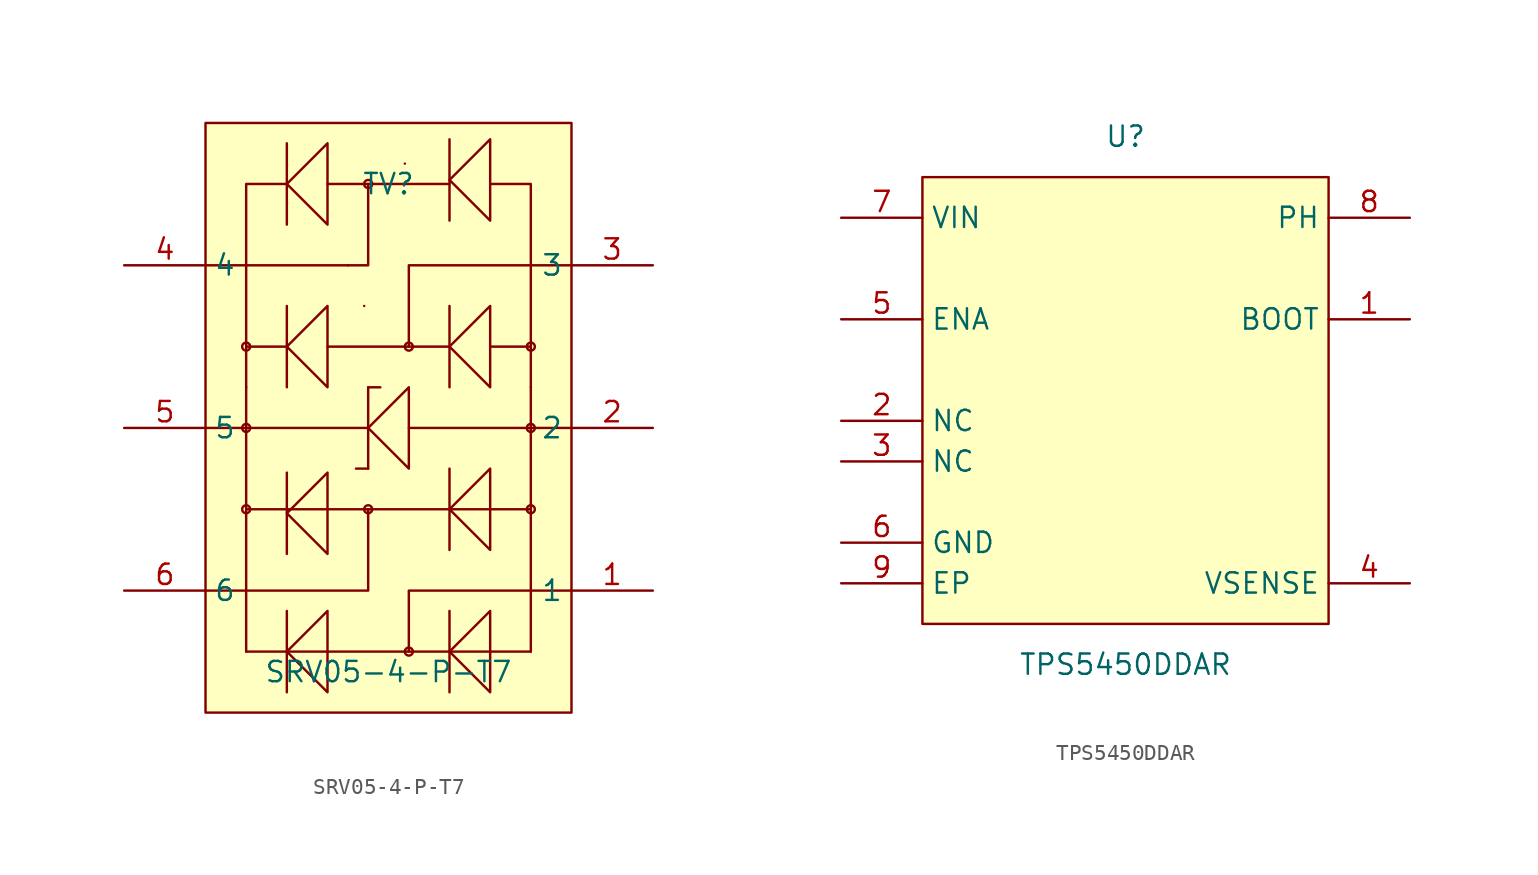
<source format=kicad_sym>
(kicad_symbol_lib
  (version 20211014)
  (generator https://github.com/uPesy/easyeda2kicad.py)
  (symbol "SRV05-4-P-T7"
    (property "Reference" "TV"
      (at 0 13.97 0)
      (effects (font (size 1.27 1.27))))
    (property "Value" "SRV05-4-P-T7"
      (at 0 -16.51 0)
      (effects (font (size 1.27 1.27))))
    (symbol "SRV05-4-P-T7_0_1"
      (rectangle (start -11.43 17.78) (end 11.43 -19.05) (stroke (width 0) (type default) (color 0 0 0 0)) (fill (type background)))
      (circle (center 8.89 -6.35) (radius 0.25) (stroke (width 0) (type default) (color 0 0 0 0)) (fill (type none)))
      (circle (center -8.89 -6.35) (radius 0.25) (stroke (width 0) (type default) (color 0 0 0 0)) (fill (type none)))
      (circle (center 8.89 3.81) (radius 0.25) (stroke (width 0) (type default) (color 0 0 0 0)) (fill (type none)))
      (circle (center -8.89 3.81) (radius 0.25) (stroke (width 0) (type default) (color 0 0 0 0)) (fill (type none)))
      (circle (center 1.27 3.81) (radius 0.25) (stroke (width 0) (type default) (color 0 0 0 0)) (fill (type none)))
      (circle (center -1.27 13.97) (radius 0.25) (stroke (width 0) (type default) (color 0 0 0 0)) (fill (type none)))
      (circle (center 1.27 -15.24) (radius 0.25) (stroke (width 0) (type default) (color 0 0 0 0)) (fill (type none)))
      (circle (center -1.27 -6.35) (radius 0.25) (stroke (width 0) (type default) (color 0 0 0 0)) (fill (type none)))
      (circle (center 8.89 -1.27) (radius 0.25) (stroke (width 0) (type default) (color 0 0 0 0)) (fill (type none)))
      (circle (center -8.89 -1.27) (radius 0.25) (stroke (width 0) (type default) (color 0 0 0 0)) (fill (type none)))
      (arc (start 1.02 15.24) (mid 1.07 15.49) (end 1.02 15.24) (stroke (width 0) (type default) (color 0 0 0 0)) (fill (type none)))
      (arc (start -1.52 6.35) (mid -1.47 6.60) (end -1.52 6.35) (stroke (width 0) (type default) (color 0 0 0 0)) (fill (type none)))
      (polyline (pts (xy 8.89 -15.24) (xy -8.89 -15.24)) (stroke (width 0) (type default) (color 0 0 0 0)) (fill (type none)))
      (polyline (pts (xy 8.89 -6.35) (xy -1.27 -6.35)) (stroke (width 0) (type default) (color 0 0 0 0)) (fill (type none)))
      (polyline (pts (xy 3.81 -17.78) (xy 3.81 -12.70)) (stroke (width 0) (type default) (color 0 0 0 0)) (fill (type none)))
      (polyline (pts (xy -6.35 -17.78) (xy -6.35 -12.70)) (stroke (width 0) (type default) (color 0 0 0 0)) (fill (type none)))
      (polyline (pts (xy -1.27 -3.81) (xy -1.27 1.27)) (stroke (width 0) (type default) (color 0 0 0 0)) (fill (type none)))
      (polyline (pts (xy -1.27 1.27) (xy -0.51 1.27)) (stroke (width 0) (type default) (color 0 0 0 0)) (fill (type none)))
      (polyline (pts (xy -1.27 -6.35) (xy -8.89 -6.35)) (stroke (width 0) (type default) (color 0 0 0 0)) (fill (type none)))
      (polyline (pts (xy -6.35 -9.14) (xy -6.35 -4.06)) (stroke (width 0) (type default) (color 0 0 0 0)) (fill (type none)))
      (polyline (pts (xy 3.81 -8.89) (xy 3.81 -3.81)) (stroke (width 0) (type default) (color 0 0 0 0)) (fill (type none)))
      (polyline (pts (xy -2.03 -3.81) (xy -1.27 -3.81)) (stroke (width 0) (type default) (color 0 0 0 0)) (fill (type none)))
      (polyline (pts (xy -1.27 -6.35) (xy -1.27 -11.43) (xy -11.43 -11.43)) (stroke (width 0) (type default) (color 0 0 0 0)) (fill (type none)))
      (polyline (pts (xy 1.27 -15.24) (xy 1.27 -11.43) (xy 11.43 -11.43)) (stroke (width 0) (type default) (color 0 0 0 0)) (fill (type none)))
      (polyline (pts (xy 8.89 -15.24) (xy 8.89 1.27)) (stroke (width 0) (type default) (color 0 0 0 0)) (fill (type none)))
      (polyline (pts (xy -8.89 -15.24) (xy -8.89 1.27)) (stroke (width 0) (type default) (color 0 0 0 0)) (fill (type none)))
      (polyline (pts (xy -2.54 8.89) (xy -2.54 8.89)) (stroke (width 0) (type default) (color 0 0 0 0)) (fill (type background)))
      (polyline (pts (xy 11.43 -1.27) (xy 1.27 -1.27)) (stroke (width 0) (type default) (color 0 0 0 0)) (fill (type none)))
      (polyline (pts (xy -1.27 -1.27) (xy -8.89 -1.27)) (stroke (width 0) (type default) (color 0 0 0 0)) (fill (type none)))
      (polyline (pts (xy 3.81 1.27) (xy 3.81 6.35)) (stroke (width 0) (type default) (color 0 0 0 0)) (fill (type none)))
      (polyline (pts (xy -6.35 1.27) (xy -6.35 6.35)) (stroke (width 0) (type default) (color 0 0 0 0)) (fill (type none)))
      (polyline (pts (xy -6.35 11.43) (xy -6.35 16.51)) (stroke (width 0) (type default) (color 0 0 0 0)) (fill (type none)))
      (polyline (pts (xy 3.81 11.68) (xy 3.81 16.76)) (stroke (width 0) (type default) (color 0 0 0 0)) (fill (type none)))
      (polyline (pts (xy 3.81 3.81) (xy -3.81 3.81)) (stroke (width 0) (type default) (color 0 0 0 0)) (fill (type none)))
      (polyline (pts (xy 6.35 3.81) (xy 8.89 3.81) (xy 8.89 1.27)) (stroke (width 0) (type default) (color 0 0 0 0)) (fill (type none)))
      (polyline (pts (xy -6.35 3.81) (xy -8.89 3.81) (xy -8.89 1.27)) (stroke (width 0) (type default) (color 0 0 0 0)) (fill (type none)))
      (polyline (pts (xy 8.89 3.81) (xy 8.89 13.97) (xy 6.35 13.97)) (stroke (width 0) (type default) (color 0 0 0 0)) (fill (type none)))
      (polyline (pts (xy 3.81 13.97) (xy -3.81 13.97)) (stroke (width 0) (type default) (color 0 0 0 0)) (fill (type none)))
      (polyline (pts (xy -6.35 13.97) (xy -8.89 13.97) (xy -8.89 3.81)) (stroke (width 0) (type default) (color 0 0 0 0)) (fill (type none)))
      (polyline (pts (xy -8.89 -1.27) (xy -11.43 -1.27)) (stroke (width 0) (type default) (color 0 0 0 0)) (fill (type none)))
      (polyline (pts (xy 1.27 3.81) (xy 1.27 8.89) (xy 11.43 8.89)) (stroke (width 0) (type default) (color 0 0 0 0)) (fill (type none)))
      (polyline (pts (xy -1.27 13.97) (xy -1.27 8.89) (xy -8.89 8.89)) (stroke (width 0) (type default) (color 0 0 0 0)) (fill (type none)))
      (polyline (pts (xy -8.89 8.89) (xy -11.43 8.89)) (stroke (width 0) (type default) (color 0 0 0 0)) (fill (type none)))
      (polyline (pts (xy 6.35 -12.70) (xy 3.81 -15.24) (xy 6.35 -17.78) (xy 6.35 -12.70)) (stroke (width 0) (type default) (color 0 0 0 0)) (fill (type background)))
      (polyline (pts (xy -3.81 -12.70) (xy -6.35 -15.24) (xy -3.81 -17.78) (xy -3.81 -12.70)) (stroke (width 0) (type default) (color 0 0 0 0)) (fill (type background)))
      (polyline (pts (xy 1.27 1.27) (xy -1.27 -1.27) (xy 1.27 -3.81) (xy 1.27 1.27)) (stroke (width 0) (type default) (color 0 0 0 0)) (fill (type background)))
      (polyline (pts (xy -3.81 -4.06) (xy -6.35 -6.60) (xy -3.81 -9.14) (xy -3.81 -4.06)) (stroke (width 0) (type default) (color 0 0 0 0)) (fill (type background)))
      (polyline (pts (xy 6.35 -3.81) (xy 3.81 -6.35) (xy 6.35 -8.89) (xy 6.35 -3.81)) (stroke (width 0) (type default) (color 0 0 0 0)) (fill (type background)))
      (polyline (pts (xy 6.35 6.35) (xy 3.81 3.81) (xy 6.35 1.27) (xy 6.35 6.35)) (stroke (width 0) (type default) (color 0 0 0 0)) (fill (type background)))
      (polyline (pts (xy -3.81 6.35) (xy -6.35 3.81) (xy -3.81 1.27) (xy -3.81 6.35)) (stroke (width 0) (type default) (color 0 0 0 0)) (fill (type background)))
      (polyline (pts (xy -3.81 16.51) (xy -6.35 13.97) (xy -3.81 11.43) (xy -3.81 16.51)) (stroke (width 0) (type default) (color 0 0 0 0)) (fill (type background)))
      (polyline (pts (xy 6.35 16.76) (xy 3.81 14.22) (xy 6.35 11.68) (xy 6.35 16.76)) (stroke (width 0) (type default) (color 0 0 0 0)) (fill (type background)))
      (pin input line (at 16.51 -11.43 180) (length 5.08) (name "1" (effects (font (size 1.27 1.27)))) (number "1" (effects (font (size 1.27 1.27)))))
      (pin input line (at 16.51 -1.27 180) (length 5.08) (name "2" (effects (font (size 1.27 1.27)))) (number "2" (effects (font (size 1.27 1.27)))))
      (pin input line (at 16.51 8.89 180) (length 5.08) (name "3" (effects (font (size 1.27 1.27)))) (number "3" (effects (font (size 1.27 1.27)))))
      (pin input line (at -16.51 8.89 0) (length 5.08) (name "4" (effects (font (size 1.27 1.27)))) (number "4" (effects (font (size 1.27 1.27)))))
      (pin input line (at -16.51 -1.27 0) (length 5.08) (name "5" (effects (font (size 1.27 1.27)))) (number "5" (effects (font (size 1.27 1.27)))))
      (pin input line (at -16.51 -11.43 0) (length 5.08) (name "6" (effects (font (size 1.27 1.27)))) (number "6" (effects (font (size 1.27 1.27)))))))
  (symbol "TPS5450DDAR"
    (property "Reference" "U"
      (at 0 16.51 0)
      (effects (font (size 1.27 1.27))))
    (property "Value" "TPS5450DDAR"
      (at 0 -16.51 0)
      (effects (font (size 1.27 1.27))))
    (symbol "TPS5450DDAR_0_1"
      (rectangle (start -12.70 13.97) (end 12.70 -13.97) (stroke (width 0) (type default) (color 0 0 0 0)) (fill (type background)))
      (pin input line (at -17.78 11.43 0) (length 5.08) (name "VIN" (effects (font (size 1.27 1.27)))) (number "7" (effects (font (size 1.27 1.27)))))
      (pin input line (at -17.78 5.08 0) (length 5.08) (name "ENA" (effects (font (size 1.27 1.27)))) (number "5" (effects (font (size 1.27 1.27)))))
      (pin unspecified line (at -17.78 -1.27 0) (length 5.08) (name "NC" (effects (font (size 1.27 1.27)))) (number "2" (effects (font (size 1.27 1.27)))))
      (pin unspecified line (at -17.78 -3.81 0) (length 5.08) (name "NC" (effects (font (size 1.27 1.27)))) (number "3" (effects (font (size 1.27 1.27)))))
      (pin unspecified line (at -17.78 -8.89 0) (length 5.08) (name "GND" (effects (font (size 1.27 1.27)))) (number "6" (effects (font (size 1.27 1.27)))))
      (pin unspecified line (at -17.78 -11.43 0) (length 5.08) (name "EP" (effects (font (size 1.27 1.27)))) (number "9" (effects (font (size 1.27 1.27)))))
      (pin output line (at 17.78 11.43 180) (length 5.08) (name "PH" (effects (font (size 1.27 1.27)))) (number "8" (effects (font (size 1.27 1.27)))))
      (pin output line (at 17.78 -11.43 180) (length 5.08) (name "VSENSE" (effects (font (size 1.27 1.27)))) (number "4" (effects (font (size 1.27 1.27)))))
      (pin unspecified line (at 17.78 5.08 180) (length 5.08) (name "BOOT" (effects (font (size 1.27 1.27)))) (number "1" (effects (font (size 1.27 1.27))))))))
</source>
